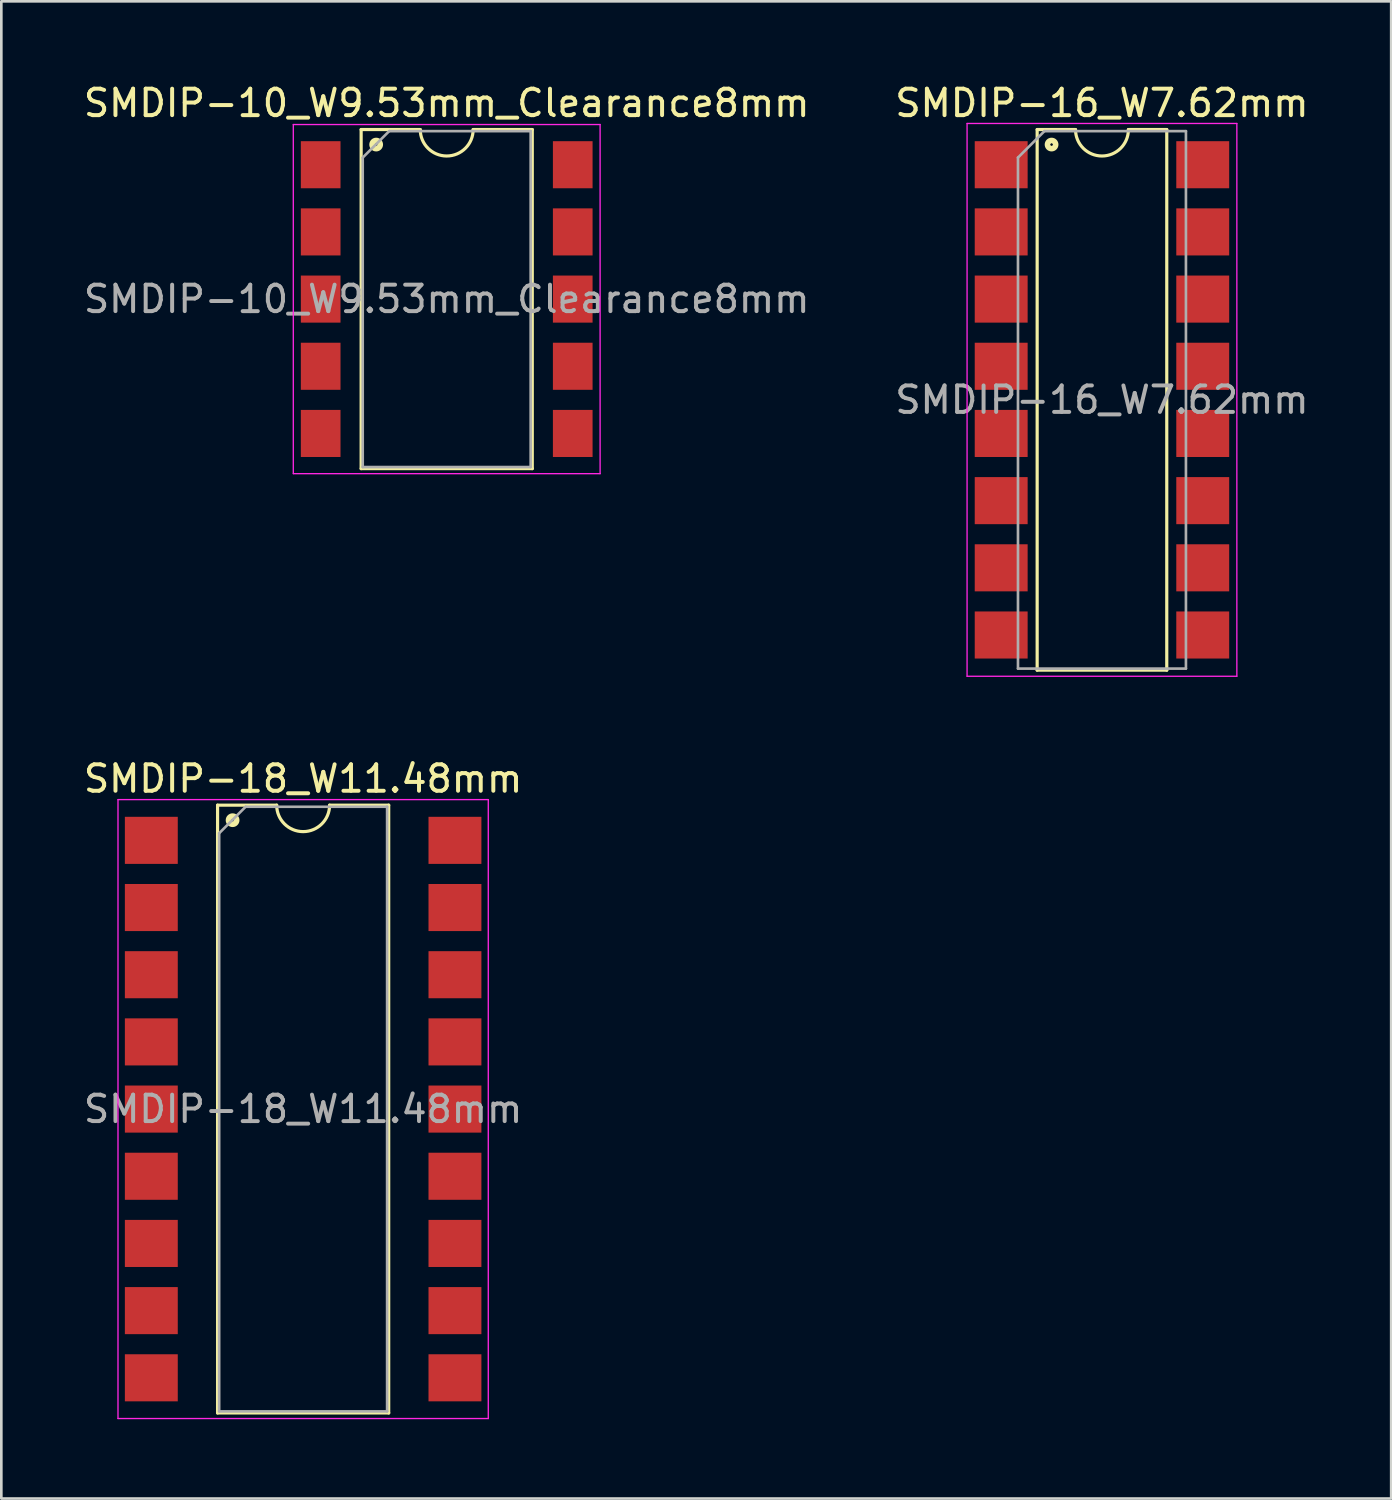
<source format=kicad_pcb>
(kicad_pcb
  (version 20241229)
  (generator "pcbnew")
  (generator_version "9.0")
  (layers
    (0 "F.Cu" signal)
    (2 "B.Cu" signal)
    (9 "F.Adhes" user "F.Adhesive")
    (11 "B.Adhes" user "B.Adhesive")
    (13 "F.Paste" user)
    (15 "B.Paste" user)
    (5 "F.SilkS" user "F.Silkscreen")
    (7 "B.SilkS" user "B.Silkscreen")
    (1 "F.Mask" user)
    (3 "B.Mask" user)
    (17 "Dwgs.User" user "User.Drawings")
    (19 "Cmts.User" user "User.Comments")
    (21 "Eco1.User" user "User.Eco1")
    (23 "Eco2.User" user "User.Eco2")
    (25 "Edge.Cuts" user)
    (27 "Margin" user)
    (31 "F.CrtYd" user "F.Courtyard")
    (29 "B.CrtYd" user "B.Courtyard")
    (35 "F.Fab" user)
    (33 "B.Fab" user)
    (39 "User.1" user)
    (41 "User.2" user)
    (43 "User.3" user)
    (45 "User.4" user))
  (footprint "SMDIP-16_W7.62mm"
    (layer "F.Cu")
    (at 38.613 12.068)
    (property "Reference" "SMDIP-16_W7.62mm" (at 0 -11.22 0) (layer "F.SilkS") (effects (font (size 1 1) (thickness 0.15))))
    (attr smd)
    (fp_line (start -2.45 -10.22) (end -2.45 10.22) (stroke (width 0.12) (type solid)) (layer "F.SilkS"))
    (fp_line (start -2.45 10.22) (end 2.45 10.22) (stroke (width 0.12) (type solid)) (layer "F.SilkS"))
    (fp_line (start -1 -10.22) (end -2.45 -10.22) (stroke (width 0.12) (type solid)) (layer "F.SilkS"))
    (fp_line (start 2.45 -10.22) (end 1 -10.22) (stroke (width 0.12) (type solid)) (layer "F.SilkS"))
    (fp_line (start 2.45 10.22) (end 2.45 -10.22) (stroke (width 0.12) (type solid)) (layer "F.SilkS"))
    (fp_arc (start 1 -10.22) (mid 0 -9.22) (end -1 -10.22) (stroke (width 0.12) (type solid)) (layer "F.SilkS"))
    (fp_circle (center -1.905 -9.652) (end -1.855 -9.652) (stroke (width 0.12) (type solid)) (fill no) (layer "F.SilkS"))
    (fp_circle (center -1.905 -9.652) (end -1.78 -9.652) (stroke (width 0.12) (type solid)) (fill no) (layer "F.SilkS"))
    (fp_circle (center -1.905 -9.652) (end -1.705 -9.652) (stroke (width 0.12) (type solid)) (fill no) (layer "F.SilkS"))
    (fp_line (start -5.1 -10.45) (end -5.1 10.45) (stroke (width 0.05) (type solid)) (layer "F.CrtYd"))
    (fp_line (start -5.1 10.45) (end 5.1 10.45) (stroke (width 0.05) (type solid)) (layer "F.CrtYd"))
    (fp_line (start 5.1 -10.45) (end -5.1 -10.45) (stroke (width 0.05) (type solid)) (layer "F.CrtYd"))
    (fp_line (start 5.1 10.45) (end 5.1 -10.45) (stroke (width 0.05) (type solid)) (layer "F.CrtYd"))
    (fp_line (start -3.175 -9.16) (end -2.175 -10.16) (stroke (width 0.1) (type solid)) (layer "F.Fab"))
    (fp_line (start -3.175 10.16) (end -3.175 -9.16) (stroke (width 0.1) (type solid)) (layer "F.Fab"))
    (fp_line (start -2.175 -10.16) (end 3.175 -10.16) (stroke (width 0.1) (type solid)) (layer "F.Fab"))
    (fp_line (start 3.175 -10.16) (end 3.175 10.16) (stroke (width 0.1) (type solid)) (layer "F.Fab"))
    (fp_line (start 3.175 10.16) (end -3.175 10.16) (stroke (width 0.1) (type solid)) (layer "F.Fab"))
    (fp_text user "${REFERENCE}" (at 0 0 0) (layer "F.Fab") (effects (font (size 1 1) (thickness 0.15))))
    (pad "1" smd rect (at -3.81 -8.89) (size 2 1.78) (layers "F.Cu" "F.Mask" "F.Paste"))
    (pad "2" smd rect (at -3.81 -6.35) (size 2 1.78) (layers "F.Cu" "F.Mask" "F.Paste"))
    (pad "3" smd rect (at -3.81 -3.81) (size 2 1.78) (layers "F.Cu" "F.Mask" "F.Paste"))
    (pad "4" smd rect (at -3.81 -1.27) (size 2 1.78) (layers "F.Cu" "F.Mask" "F.Paste"))
    (pad "5" smd rect (at -3.81 1.27) (size 2 1.78) (layers "F.Cu" "F.Mask" "F.Paste"))
    (pad "6" smd rect (at -3.81 3.81) (size 2 1.78) (layers "F.Cu" "F.Mask" "F.Paste"))
    (pad "7" smd rect (at -3.81 6.35) (size 2 1.78) (layers "F.Cu" "F.Mask" "F.Paste"))
    (pad "8" smd rect (at -3.81 8.89) (size 2 1.78) (layers "F.Cu" "F.Mask" "F.Paste"))
    (pad "9" smd rect (at 3.81 8.89) (size 2 1.78) (layers "F.Cu" "F.Mask" "F.Paste"))
    (pad "10" smd rect (at 3.81 6.35) (size 2 1.78) (layers "F.Cu" "F.Mask" "F.Paste"))
    (pad "11" smd rect (at 3.81 3.81) (size 2 1.78) (layers "F.Cu" "F.Mask" "F.Paste"))
    (pad "12" smd rect (at 3.81 1.27) (size 2 1.78) (layers "F.Cu" "F.Mask" "F.Paste"))
    (pad "13" smd rect (at 3.81 -1.27) (size 2 1.78) (layers "F.Cu" "F.Mask" "F.Paste"))
    (pad "14" smd rect (at 3.81 -3.81) (size 2 1.78) (layers "F.Cu" "F.Mask" "F.Paste"))
    (pad "15" smd rect (at 3.81 -6.35) (size 2 1.78) (layers "F.Cu" "F.Mask" "F.Paste"))
    (pad "16" smd rect (at 3.81 -8.89) (size 2 1.78) (layers "F.Cu" "F.Mask" "F.Paste")))
  (footprint "SMDIP-10_W9.53mm_Clearance8mm"
    (layer "F.Cu")
    (at 13.839 8.258)
    (property "Reference" "SMDIP-10_W9.53mm_Clearance8mm" (at 0 -7.41 0) (layer "F.SilkS") (effects (font (size 1 1) (thickness 0.15))))
    (attr smd)
    (fp_line (start -3.235 -6.41) (end -3.235 6.41) (stroke (width 0.12) (type solid)) (layer "F.SilkS"))
    (fp_line (start -3.235 6.41) (end 3.235 6.41) (stroke (width 0.12) (type solid)) (layer "F.SilkS"))
    (fp_line (start -1 -6.41) (end -3.235 -6.41) (stroke (width 0.12) (type solid)) (layer "F.SilkS"))
    (fp_line (start 3.235 -6.41) (end 1 -6.41) (stroke (width 0.12) (type solid)) (layer "F.SilkS"))
    (fp_line (start 3.235 6.41) (end 3.235 -6.41) (stroke (width 0.12) (type solid)) (layer "F.SilkS"))
    (fp_arc (start 1 -6.41) (mid 0 -5.41) (end -1 -6.41) (stroke (width 0.12) (type solid)) (layer "F.SilkS"))
    (fp_circle (center -2.667 -5.842) (end -2.617 -5.842) (stroke (width 0.12) (type solid)) (fill no) (layer "F.SilkS"))
    (fp_circle (center -2.667 -5.842) (end -2.542 -5.842) (stroke (width 0.12) (type solid)) (fill no) (layer "F.SilkS"))
    (fp_circle (center -2.667 -5.842) (end -2.467 -5.842) (stroke (width 0.12) (type solid)) (fill no) (layer "F.SilkS"))
    (fp_line (start -5.8 -6.6) (end -5.8 6.6) (stroke (width 0.05) (type solid)) (layer "F.CrtYd"))
    (fp_line (start -5.8 6.6) (end 5.8 6.6) (stroke (width 0.05) (type solid)) (layer "F.CrtYd"))
    (fp_line (start 5.8 -6.6) (end -5.8 -6.6) (stroke (width 0.05) (type solid)) (layer "F.CrtYd"))
    (fp_line (start 5.8 6.6) (end 5.8 -6.6) (stroke (width 0.05) (type solid)) (layer "F.CrtYd"))
    (fp_line (start -3.175 -5.35) (end -2.175 -6.35) (stroke (width 0.1) (type solid)) (layer "F.Fab"))
    (fp_line (start -3.175 6.35) (end -3.175 -5.35) (stroke (width 0.1) (type solid)) (layer "F.Fab"))
    (fp_line (start -2.175 -6.35) (end 3.175 -6.35) (stroke (width 0.1) (type solid)) (layer "F.Fab"))
    (fp_line (start 3.175 -6.35) (end 3.175 6.35) (stroke (width 0.1) (type solid)) (layer "F.Fab"))
    (fp_line (start 3.175 6.35) (end -3.175 6.35) (stroke (width 0.1) (type solid)) (layer "F.Fab"))
    (fp_text user "${REFERENCE}" (at 0 0 0) (layer "F.Fab") (effects (font (size 1 1) (thickness 0.15))))
    (pad "1" smd rect (at -4.765 -5.08) (size 1.5 1.78) (layers "F.Cu" "F.Mask" "F.Paste"))
    (pad "2" smd rect (at -4.765 -2.54) (size 1.5 1.78) (layers "F.Cu" "F.Mask" "F.Paste"))
    (pad "3" smd rect (at -4.765 0) (size 1.5 1.78) (layers "F.Cu" "F.Mask" "F.Paste"))
    (pad "4" smd rect (at -4.765 2.54) (size 1.5 1.78) (layers "F.Cu" "F.Mask" "F.Paste"))
    (pad "5" smd rect (at -4.765 5.08) (size 1.5 1.78) (layers "F.Cu" "F.Mask" "F.Paste"))
    (pad "6" smd rect (at 4.765 5.08) (size 1.5 1.78) (layers "F.Cu" "F.Mask" "F.Paste"))
    (pad "7" smd rect (at 4.765 2.54) (size 1.5 1.78) (layers "F.Cu" "F.Mask" "F.Paste"))
    (pad "8" smd rect (at 4.765 0) (size 1.5 1.78) (layers "F.Cu" "F.Mask" "F.Paste"))
    (pad "9" smd rect (at 4.765 -2.54) (size 1.5 1.78) (layers "F.Cu" "F.Mask" "F.Paste"))
    (pad "10" smd rect (at 4.765 -5.08) (size 1.5 1.78) (layers "F.Cu" "F.Mask" "F.Paste")))
  (footprint "SMDIP-18_W11.48mm"
    (layer "F.Cu")
    (at 8.411 38.882)
    (property "Reference" "SMDIP-18_W11.48mm" (at 0 -12.49 0) (layer "F.SilkS") (effects (font (size 1 1) (thickness 0.15))))
    (attr smd)
    (fp_line (start -3.235 -11.49) (end -3.235 11.49) (stroke (width 0.12) (type solid)) (layer "F.SilkS"))
    (fp_line (start -3.235 11.49) (end 3.235 11.49) (stroke (width 0.12) (type solid)) (layer "F.SilkS"))
    (fp_line (start -1 -11.49) (end -3.235 -11.49) (stroke (width 0.12) (type solid)) (layer "F.SilkS"))
    (fp_line (start 3.235 -11.49) (end 1 -11.49) (stroke (width 0.12) (type solid)) (layer "F.SilkS"))
    (fp_line (start 3.235 11.49) (end 3.235 -11.49) (stroke (width 0.12) (type solid)) (layer "F.SilkS"))
    (fp_arc (start 1 -11.49) (mid 0 -10.49) (end -1 -11.49) (stroke (width 0.12) (type solid)) (layer "F.SilkS"))
    (fp_circle (center -2.667 -10.922) (end -2.617 -10.922) (stroke (width 0.12) (type solid)) (fill no) (layer "F.SilkS"))
    (fp_circle (center -2.667 -10.922) (end -2.542 -10.922) (stroke (width 0.12) (type solid)) (fill no) (layer "F.SilkS"))
    (fp_circle (center -2.667 -10.922) (end -2.467 -10.922) (stroke (width 0.12) (type solid)) (fill no) (layer "F.SilkS"))
    (fp_line (start -7 -11.7) (end -7 11.7) (stroke (width 0.05) (type solid)) (layer "F.CrtYd"))
    (fp_line (start -7 11.7) (end 7 11.7) (stroke (width 0.05) (type solid)) (layer "F.CrtYd"))
    (fp_line (start 7 -11.7) (end -7 -11.7) (stroke (width 0.05) (type solid)) (layer "F.CrtYd"))
    (fp_line (start 7 11.7) (end 7 -11.7) (stroke (width 0.05) (type solid)) (layer "F.CrtYd"))
    (fp_line (start -3.175 -10.43) (end -2.175 -11.43) (stroke (width 0.1) (type solid)) (layer "F.Fab"))
    (fp_line (start -3.175 11.43) (end -3.175 -10.43) (stroke (width 0.1) (type solid)) (layer "F.Fab"))
    (fp_line (start -2.175 -11.43) (end 3.175 -11.43) (stroke (width 0.1) (type solid)) (layer "F.Fab"))
    (fp_line (start 3.175 -11.43) (end 3.175 11.43) (stroke (width 0.1) (type solid)) (layer "F.Fab"))
    (fp_line (start 3.175 11.43) (end -3.175 11.43) (stroke (width 0.1) (type solid)) (layer "F.Fab"))
    (fp_text user "${REFERENCE}" (at 0 0 0) (layer "F.Fab") (effects (font (size 1 1) (thickness 0.15))))
    (pad "1" smd rect (at -5.74 -10.16) (size 2 1.78) (layers "F.Cu" "F.Mask" "F.Paste"))
    (pad "2" smd rect (at -5.74 -7.62) (size 2 1.78) (layers "F.Cu" "F.Mask" "F.Paste"))
    (pad "3" smd rect (at -5.74 -5.08) (size 2 1.78) (layers "F.Cu" "F.Mask" "F.Paste"))
    (pad "4" smd rect (at -5.74 -2.54) (size 2 1.78) (layers "F.Cu" "F.Mask" "F.Paste"))
    (pad "5" smd rect (at -5.74 0) (size 2 1.78) (layers "F.Cu" "F.Mask" "F.Paste"))
    (pad "6" smd rect (at -5.74 2.54) (size 2 1.78) (layers "F.Cu" "F.Mask" "F.Paste"))
    (pad "7" smd rect (at -5.74 5.08) (size 2 1.78) (layers "F.Cu" "F.Mask" "F.Paste"))
    (pad "8" smd rect (at -5.74 7.62) (size 2 1.78) (layers "F.Cu" "F.Mask" "F.Paste"))
    (pad "9" smd rect (at -5.74 10.16) (size 2 1.78) (layers "F.Cu" "F.Mask" "F.Paste"))
    (pad "10" smd rect (at 5.74 10.16) (size 2 1.78) (layers "F.Cu" "F.Mask" "F.Paste"))
    (pad "11" smd rect (at 5.74 7.62) (size 2 1.78) (layers "F.Cu" "F.Mask" "F.Paste"))
    (pad "12" smd rect (at 5.74 5.08) (size 2 1.78) (layers "F.Cu" "F.Mask" "F.Paste"))
    (pad "13" smd rect (at 5.74 2.54) (size 2 1.78) (layers "F.Cu" "F.Mask" "F.Paste"))
    (pad "14" smd rect (at 5.74 0) (size 2 1.78) (layers "F.Cu" "F.Mask" "F.Paste"))
    (pad "15" smd rect (at 5.74 -2.54) (size 2 1.78) (layers "F.Cu" "F.Mask" "F.Paste"))
    (pad "16" smd rect (at 5.74 -5.08) (size 2 1.78) (layers "F.Cu" "F.Mask" "F.Paste"))
    (pad "17" smd rect (at 5.74 -7.62) (size 2 1.78) (layers "F.Cu" "F.Mask" "F.Paste"))
    (pad "18" smd rect (at 5.74 -10.16) (size 2 1.78) (layers "F.Cu" "F.Mask" "F.Paste")))
  (gr_rect
    (start -3 -3)
    (end 49.548 53.606)
    (stroke (width 0.1) (type default))
    (fill no)
    (layer "Edge.Cuts")))
</source>
